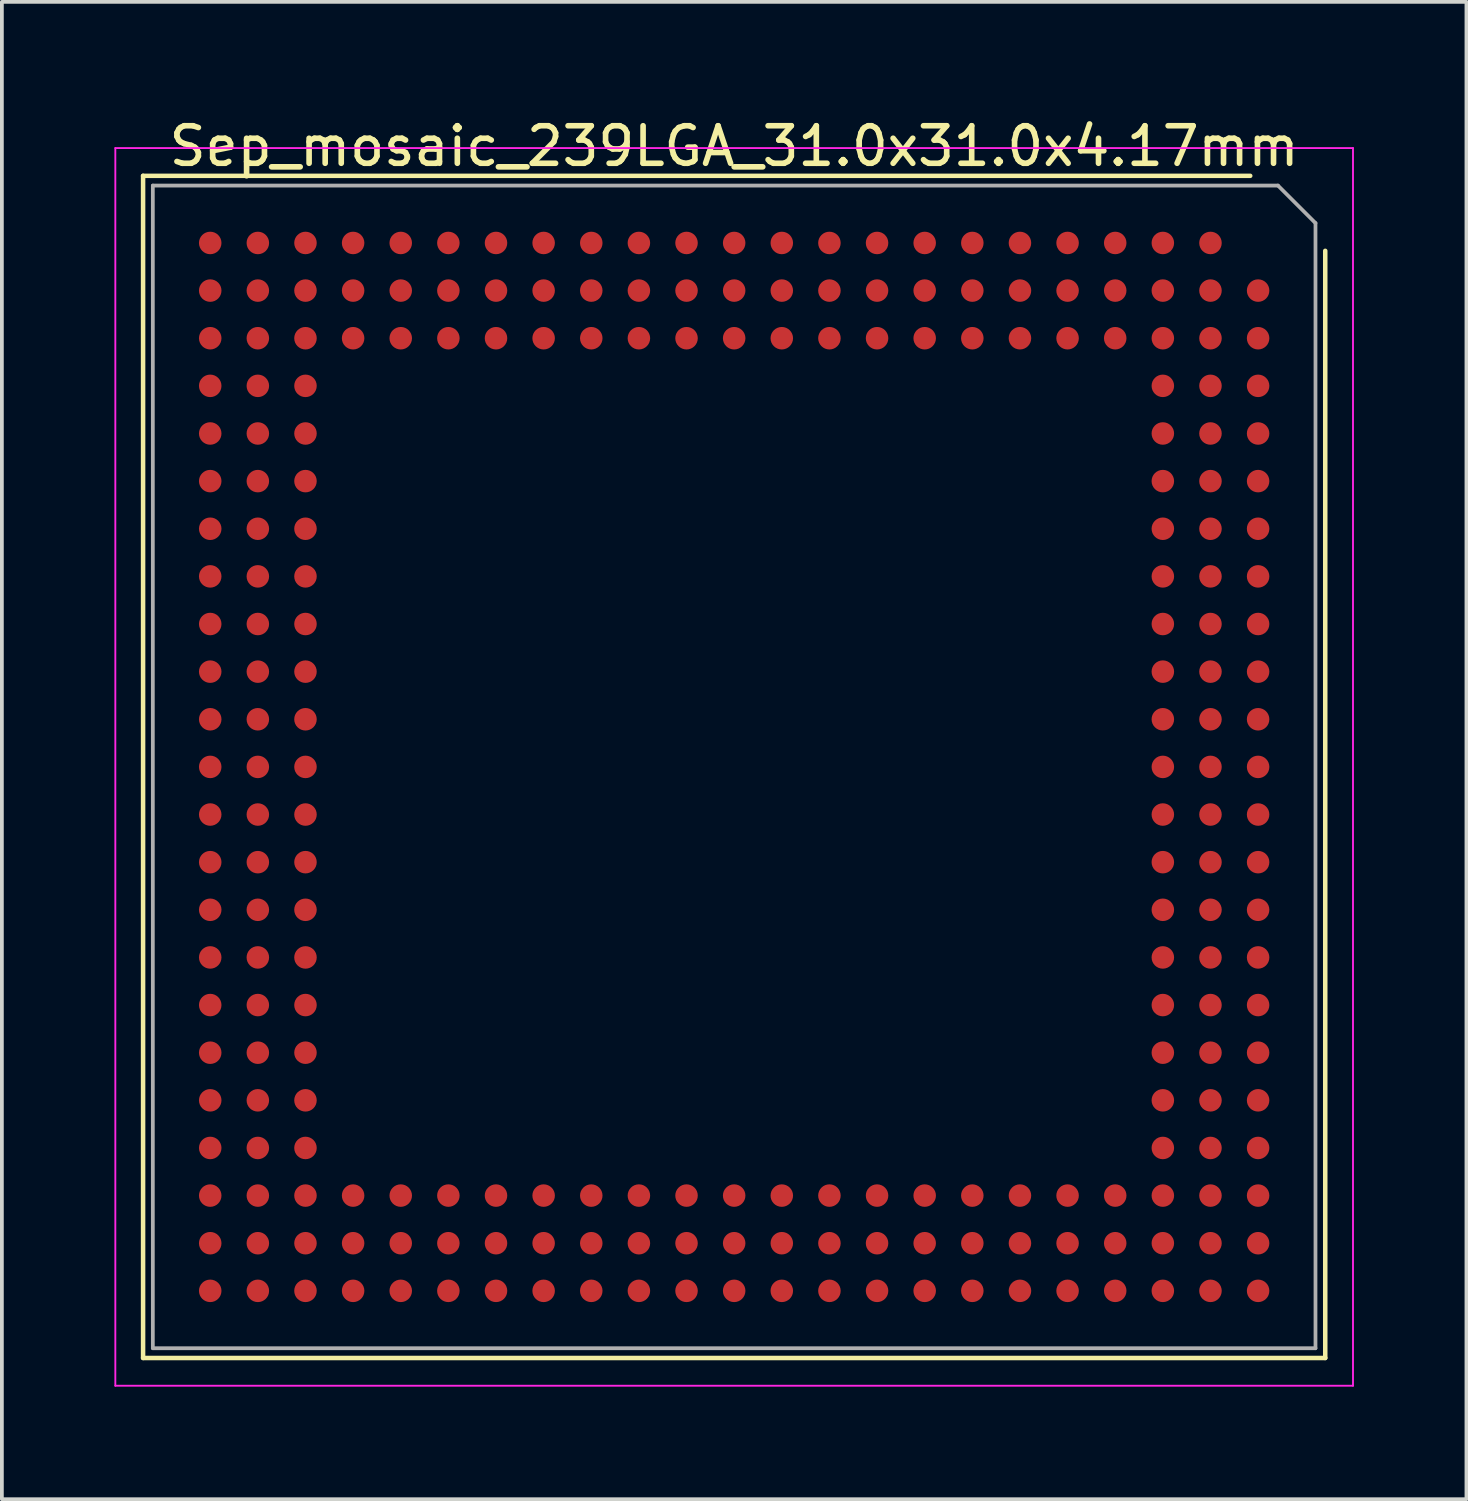
<source format=kicad_pcb>
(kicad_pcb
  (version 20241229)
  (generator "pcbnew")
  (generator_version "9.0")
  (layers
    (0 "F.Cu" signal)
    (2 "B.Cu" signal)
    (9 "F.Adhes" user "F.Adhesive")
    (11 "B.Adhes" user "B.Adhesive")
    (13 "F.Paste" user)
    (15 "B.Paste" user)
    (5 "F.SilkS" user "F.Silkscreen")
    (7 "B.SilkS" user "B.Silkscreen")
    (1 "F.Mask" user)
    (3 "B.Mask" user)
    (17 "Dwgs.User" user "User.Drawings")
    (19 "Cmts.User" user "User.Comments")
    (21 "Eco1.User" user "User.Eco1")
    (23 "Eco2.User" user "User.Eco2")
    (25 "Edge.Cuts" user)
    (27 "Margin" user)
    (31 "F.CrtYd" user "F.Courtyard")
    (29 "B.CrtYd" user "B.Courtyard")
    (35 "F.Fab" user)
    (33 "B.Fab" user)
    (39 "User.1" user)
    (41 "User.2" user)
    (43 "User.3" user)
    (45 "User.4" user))
  (footprint "Sep_mosaic_239LGA_31.0x31.0x4.17mm"
    (layer "F.Cu")
    (at 16.525 17.398)
    (property "Reference" "Sep_mosaic_239LGA_31.0x31.0x4.17mm" (at 0 -16.55 0) (layer "F.SilkS") (effects (font (size 1 1) (thickness 0.15))))
    (attr smd)
    (fp_line (start -15.76 -15.76) (end -15.76 15.76) (stroke (width 0.12) (type solid)) (layer "F.SilkS"))
    (fp_line (start -15.76 15.76) (end 15.76 15.76) (stroke (width 0.12) (type solid)) (layer "F.SilkS"))
    (fp_line (start 13.76 -15.76) (end -15.76 -15.76) (stroke (width 0.12) (type solid)) (layer "F.SilkS"))
    (fp_line (start 15.76 15.76) (end 15.76 -13.76) (stroke (width 0.12) (type solid)) (layer "F.SilkS"))
    (fp_line (start -16.5 -16.5) (end -16.5 16.5) (stroke (width 0.05) (type solid)) (layer "F.CrtYd"))
    (fp_line (start -16.5 -16.5) (end 16.5 -16.5) (stroke (width 0.05) (type solid)) (layer "F.CrtYd"))
    (fp_line (start 16.5 16.5) (end -16.5 16.5) (stroke (width 0.05) (type solid)) (layer "F.CrtYd"))
    (fp_line (start 16.5 16.5) (end 16.5 -16.5) (stroke (width 0.05) (type solid)) (layer "F.CrtYd"))
    (fp_line (start -15.5 -15.5) (end -15.5 15.5) (stroke (width 0.1) (type solid)) (layer "F.Fab"))
    (fp_line (start 14.5 -15.5) (end -15.5 -15.5) (stroke (width 0.1) (type solid)) (layer "F.Fab"))
    (fp_line (start 14.5 -15.5) (end 15.5 -14.5) (stroke (width 0.1) (type solid)) (layer "F.Fab"))
    (fp_line (start 15.5 -14.5) (end 15.5 15.5) (stroke (width 0.1) (type solid)) (layer "F.Fab"))
    (fp_line (start 15.5 15.5) (end -15.5 15.5) (stroke (width 0.1) (type solid)) (layer "F.Fab"))
    (pad "A2" smd circle (at 13.97 -12.7) (size 0.6 0.6) (layers "F.Cu" "F.Mask" "F.Paste"))
    (pad "A3" smd circle (at 13.97 -11.43) (size 0.6 0.6) (layers "F.Cu" "F.Mask" "F.Paste"))
    (pad "A4" smd circle (at 13.97 -10.16) (size 0.6 0.6) (layers "F.Cu" "F.Mask" "F.Paste"))
    (pad "A5" smd circle (at 13.97 -8.89) (size 0.6 0.6) (layers "F.Cu" "F.Mask" "F.Paste"))
    (pad "A6" smd circle (at 13.97 -7.62) (size 0.6 0.6) (layers "F.Cu" "F.Mask" "F.Paste"))
    (pad "A7" smd circle (at 13.97 -6.35) (size 0.6 0.6) (layers "F.Cu" "F.Mask" "F.Paste"))
    (pad "A8" smd circle (at 13.97 -5.08) (size 0.6 0.6) (layers "F.Cu" "F.Mask" "F.Paste"))
    (pad "A9" smd circle (at 13.97 -3.81) (size 0.6 0.6) (layers "F.Cu" "F.Mask" "F.Paste"))
    (pad "A10" smd circle (at 13.97 -2.54) (size 0.6 0.6) (layers "F.Cu" "F.Mask" "F.Paste"))
    (pad "A11" smd circle (at 13.97 -1.27) (size 0.6 0.6) (layers "F.Cu" "F.Mask" "F.Paste"))
    (pad "A12" smd circle (at 13.97 0) (size 0.6 0.6) (layers "F.Cu" "F.Mask" "F.Paste"))
    (pad "A13" smd circle (at 13.97 1.27) (size 0.6 0.6) (layers "F.Cu" "F.Mask" "F.Paste"))
    (pad "A14" smd circle (at 13.97 2.54) (size 0.6 0.6) (layers "F.Cu" "F.Mask" "F.Paste"))
    (pad "A15" smd circle (at 13.97 3.81) (size 0.6 0.6) (layers "F.Cu" "F.Mask" "F.Paste"))
    (pad "A16" smd circle (at 13.97 5.08) (size 0.6 0.6) (layers "F.Cu" "F.Mask" "F.Paste"))
    (pad "A17" smd circle (at 13.97 6.35) (size 0.6 0.6) (layers "F.Cu" "F.Mask" "F.Paste"))
    (pad "A18" smd circle (at 13.97 7.62) (size 0.6 0.6) (layers "F.Cu" "F.Mask" "F.Paste"))
    (pad "A19" smd circle (at 13.97 8.89) (size 0.6 0.6) (layers "F.Cu" "F.Mask" "F.Paste"))
    (pad "A20" smd circle (at 13.97 10.16) (size 0.6 0.6) (layers "F.Cu" "F.Mask" "F.Paste"))
    (pad "A21" smd circle (at 13.97 11.43) (size 0.6 0.6) (layers "F.Cu" "F.Mask" "F.Paste"))
    (pad "A22" smd circle (at 13.97 12.7) (size 0.6 0.6) (layers "F.Cu" "F.Mask" "F.Paste"))
    (pad "A23" smd circle (at 13.97 13.97) (size 0.6 0.6) (layers "F.Cu" "F.Mask" "F.Paste"))
    (pad "AA1" smd circle (at -11.43 -13.97) (size 0.6 0.6) (layers "F.Cu" "F.Mask" "F.Paste"))
    (pad "AA2" smd circle (at -11.43 -12.7) (size 0.6 0.6) (layers "F.Cu" "F.Mask" "F.Paste"))
    (pad "AA3" smd circle (at -11.43 -11.43) (size 0.6 0.6) (layers "F.Cu" "F.Mask" "F.Paste"))
    (pad "AA4" smd circle (at -11.43 -10.16) (size 0.6 0.6) (layers "F.Cu" "F.Mask" "F.Paste"))
    (pad "AA5" smd circle (at -11.43 -8.89) (size 0.6 0.6) (layers "F.Cu" "F.Mask" "F.Paste"))
    (pad "AA6" smd circle (at -11.43 -7.62) (size 0.6 0.6) (layers "F.Cu" "F.Mask" "F.Paste"))
    (pad "AA7" smd circle (at -11.43 -6.35) (size 0.6 0.6) (layers "F.Cu" "F.Mask" "F.Paste"))
    (pad "AA8" smd circle (at -11.43 -5.08) (size 0.6 0.6) (layers "F.Cu" "F.Mask" "F.Paste"))
    (pad "AA9" smd circle (at -11.43 -3.81) (size 0.6 0.6) (layers "F.Cu" "F.Mask" "F.Paste"))
    (pad "AA10" smd circle (at -11.43 -2.54) (size 0.6 0.6) (layers "F.Cu" "F.Mask" "F.Paste"))
    (pad "AA11" smd circle (at -11.43 -1.27) (size 0.6 0.6) (layers "F.Cu" "F.Mask" "F.Paste"))
    (pad "AA12" smd circle (at -11.43 0) (size 0.6 0.6) (layers "F.Cu" "F.Mask" "F.Paste"))
    (pad "AA13" smd circle (at -11.43 1.27) (size 0.6 0.6) (layers "F.Cu" "F.Mask" "F.Paste"))
    (pad "AA14" smd circle (at -11.43 2.54) (size 0.6 0.6) (layers "F.Cu" "F.Mask" "F.Paste"))
    (pad "AA15" smd circle (at -11.43 3.81) (size 0.6 0.6) (layers "F.Cu" "F.Mask" "F.Paste"))
    (pad "AA16" smd circle (at -11.43 5.08) (size 0.6 0.6) (layers "F.Cu" "F.Mask" "F.Paste"))
    (pad "AA17" smd circle (at -11.43 6.35) (size 0.6 0.6) (layers "F.Cu" "F.Mask" "F.Paste"))
    (pad "AA18" smd circle (at -11.43 7.62) (size 0.6 0.6) (layers "F.Cu" "F.Mask" "F.Paste"))
    (pad "AA19" smd circle (at -11.43 8.89) (size 0.6 0.6) (layers "F.Cu" "F.Mask" "F.Paste"))
    (pad "AA20" smd circle (at -11.43 10.16) (size 0.6 0.6) (layers "F.Cu" "F.Mask" "F.Paste"))
    (pad "AA21" smd circle (at -11.43 11.43) (size 0.6 0.6) (layers "F.Cu" "F.Mask" "F.Paste"))
    (pad "AA22" smd circle (at -11.43 12.7) (size 0.6 0.6) (layers "F.Cu" "F.Mask" "F.Paste"))
    (pad "AA23" smd circle (at -11.43 13.97) (size 0.6 0.6) (layers "F.Cu" "F.Mask" "F.Paste"))
    (pad "AB1" smd circle (at -12.7 -13.97) (size 0.6 0.6) (layers "F.Cu" "F.Mask" "F.Paste"))
    (pad "AB2" smd circle (at -12.7 -12.7) (size 0.6 0.6) (layers "F.Cu" "F.Mask" "F.Paste"))
    (pad "AB3" smd circle (at -12.7 -11.43) (size 0.6 0.6) (layers "F.Cu" "F.Mask" "F.Paste"))
    (pad "AB4" smd circle (at -12.7 -10.16) (size 0.6 0.6) (layers "F.Cu" "F.Mask" "F.Paste"))
    (pad "AB5" smd circle (at -12.7 -8.89) (size 0.6 0.6) (layers "F.Cu" "F.Mask" "F.Paste"))
    (pad "AB6" smd circle (at -12.7 -7.62) (size 0.6 0.6) (layers "F.Cu" "F.Mask" "F.Paste"))
    (pad "AB7" smd circle (at -12.7 -6.35) (size 0.6 0.6) (layers "F.Cu" "F.Mask" "F.Paste"))
    (pad "AB8" smd circle (at -12.7 -5.08) (size 0.6 0.6) (layers "F.Cu" "F.Mask" "F.Paste"))
    (pad "AB9" smd circle (at -12.7 -3.81) (size 0.6 0.6) (layers "F.Cu" "F.Mask" "F.Paste"))
    (pad "AB10" smd circle (at -12.7 -2.54) (size 0.6 0.6) (layers "F.Cu" "F.Mask" "F.Paste"))
    (pad "AB11" smd circle (at -12.7 -1.27) (size 0.6 0.6) (layers "F.Cu" "F.Mask" "F.Paste"))
    (pad "AB12" smd circle (at -12.7 0) (size 0.6 0.6) (layers "F.Cu" "F.Mask" "F.Paste"))
    (pad "AB13" smd circle (at -12.7 1.27) (size 0.6 0.6) (layers "F.Cu" "F.Mask" "F.Paste"))
    (pad "AB14" smd circle (at -12.7 2.54) (size 0.6 0.6) (layers "F.Cu" "F.Mask" "F.Paste"))
    (pad "AB15" smd circle (at -12.7 3.81) (size 0.6 0.6) (layers "F.Cu" "F.Mask" "F.Paste"))
    (pad "AB16" smd circle (at -12.7 5.08) (size 0.6 0.6) (layers "F.Cu" "F.Mask" "F.Paste"))
    (pad "AB17" smd circle (at -12.7 6.35) (size 0.6 0.6) (layers "F.Cu" "F.Mask" "F.Paste"))
    (pad "AB18" smd circle (at -12.7 7.62) (size 0.6 0.6) (layers "F.Cu" "F.Mask" "F.Paste"))
    (pad "AB19" smd circle (at -12.7 8.89) (size 0.6 0.6) (layers "F.Cu" "F.Mask" "F.Paste"))
    (pad "AB20" smd circle (at -12.7 10.16) (size 0.6 0.6) (layers "F.Cu" "F.Mask" "F.Paste"))
    (pad "AB21" smd circle (at -12.7 11.43) (size 0.6 0.6) (layers "F.Cu" "F.Mask" "F.Paste"))
    (pad "AB22" smd circle (at -12.7 12.7) (size 0.6 0.6) (layers "F.Cu" "F.Mask" "F.Paste"))
    (pad "AB23" smd circle (at -12.7 13.97) (size 0.6 0.6) (layers "F.Cu" "F.Mask" "F.Paste"))
    (pad "AC1" smd circle (at -13.97 -13.97) (size 0.6 0.6) (layers "F.Cu" "F.Mask" "F.Paste"))
    (pad "AC2" smd circle (at -13.97 -12.7) (size 0.6 0.6) (layers "F.Cu" "F.Mask" "F.Paste"))
    (pad "AC3" smd circle (at -13.97 -11.43) (size 0.6 0.6) (layers "F.Cu" "F.Mask" "F.Paste"))
    (pad "AC4" smd circle (at -13.97 -10.16) (size 0.6 0.6) (layers "F.Cu" "F.Mask" "F.Paste"))
    (pad "AC5" smd circle (at -13.97 -8.89) (size 0.6 0.6) (layers "F.Cu" "F.Mask" "F.Paste"))
    (pad "AC6" smd circle (at -13.97 -7.62) (size 0.6 0.6) (layers "F.Cu" "F.Mask" "F.Paste"))
    (pad "AC7" smd circle (at -13.97 -6.35) (size 0.6 0.6) (layers "F.Cu" "F.Mask" "F.Paste"))
    (pad "AC8" smd circle (at -13.97 -5.08) (size 0.6 0.6) (layers "F.Cu" "F.Mask" "F.Paste"))
    (pad "AC9" smd circle (at -13.97 -3.81) (size 0.6 0.6) (layers "F.Cu" "F.Mask" "F.Paste"))
    (pad "AC10" smd circle (at -13.97 -2.54) (size 0.6 0.6) (layers "F.Cu" "F.Mask" "F.Paste"))
    (pad "AC11" smd circle (at -13.97 -1.27) (size 0.6 0.6) (layers "F.Cu" "F.Mask" "F.Paste"))
    (pad "AC12" smd circle (at -13.97 0) (size 0.6 0.6) (layers "F.Cu" "F.Mask" "F.Paste"))
    (pad "AC13" smd circle (at -13.97 1.27) (size 0.6 0.6) (layers "F.Cu" "F.Mask" "F.Paste"))
    (pad "AC14" smd circle (at -13.97 2.54) (size 0.6 0.6) (layers "F.Cu" "F.Mask" "F.Paste"))
    (pad "AC15" smd circle (at -13.97 3.81) (size 0.6 0.6) (layers "F.Cu" "F.Mask" "F.Paste"))
    (pad "AC16" smd circle (at -13.97 5.08) (size 0.6 0.6) (layers "F.Cu" "F.Mask" "F.Paste"))
    (pad "AC17" smd circle (at -13.97 6.35) (size 0.6 0.6) (layers "F.Cu" "F.Mask" "F.Paste"))
    (pad "AC18" smd circle (at -13.97 7.62) (size 0.6 0.6) (layers "F.Cu" "F.Mask" "F.Paste"))
    (pad "AC19" smd circle (at -13.97 8.89) (size 0.6 0.6) (layers "F.Cu" "F.Mask" "F.Paste"))
    (pad "AC20" smd circle (at -13.97 10.16) (size 0.6 0.6) (layers "F.Cu" "F.Mask" "F.Paste"))
    (pad "AC21" smd circle (at -13.97 11.43) (size 0.6 0.6) (layers "F.Cu" "F.Mask" "F.Paste"))
    (pad "AC22" smd circle (at -13.97 12.7) (size 0.6 0.6) (layers "F.Cu" "F.Mask" "F.Paste"))
    (pad "AC23" smd circle (at -13.97 13.97) (size 0.6 0.6) (layers "F.Cu" "F.Mask" "F.Paste"))
    (pad "B1" smd circle (at 12.7 -13.97) (size 0.6 0.6) (layers "F.Cu" "F.Mask" "F.Paste"))
    (pad "B2" smd circle (at 12.7 -12.7) (size 0.6 0.6) (layers "F.Cu" "F.Mask" "F.Paste"))
    (pad "B3" smd circle (at 12.7 -11.43) (size 0.6 0.6) (layers "F.Cu" "F.Mask" "F.Paste"))
    (pad "B4" smd circle (at 12.7 -10.16) (size 0.6 0.6) (layers "F.Cu" "F.Mask" "F.Paste"))
    (pad "B5" smd circle (at 12.7 -8.89) (size 0.6 0.6) (layers "F.Cu" "F.Mask" "F.Paste"))
    (pad "B6" smd circle (at 12.7 -7.62) (size 0.6 0.6) (layers "F.Cu" "F.Mask" "F.Paste"))
    (pad "B7" smd circle (at 12.7 -6.35) (size 0.6 0.6) (layers "F.Cu" "F.Mask" "F.Paste"))
    (pad "B8" smd circle (at 12.7 -5.08) (size 0.6 0.6) (layers "F.Cu" "F.Mask" "F.Paste"))
    (pad "B9" smd circle (at 12.7 -3.81) (size 0.6 0.6) (layers "F.Cu" "F.Mask" "F.Paste"))
    (pad "B10" smd circle (at 12.7 -2.54) (size 0.6 0.6) (layers "F.Cu" "F.Mask" "F.Paste"))
    (pad "B11" smd circle (at 12.7 -1.27) (size 0.6 0.6) (layers "F.Cu" "F.Mask" "F.Paste"))
    (pad "B12" smd circle (at 12.7 0) (size 0.6 0.6) (layers "F.Cu" "F.Mask" "F.Paste"))
    (pad "B13" smd circle (at 12.7 1.27) (size 0.6 0.6) (layers "F.Cu" "F.Mask" "F.Paste"))
    (pad "B14" smd circle (at 12.7 2.54) (size 0.6 0.6) (layers "F.Cu" "F.Mask" "F.Paste"))
    (pad "B15" smd circle (at 12.7 3.81) (size 0.6 0.6) (layers "F.Cu" "F.Mask" "F.Paste"))
    (pad "B16" smd circle (at 12.7 5.08) (size 0.6 0.6) (layers "F.Cu" "F.Mask" "F.Paste"))
    (pad "B17" smd circle (at 12.7 6.35) (size 0.6 0.6) (layers "F.Cu" "F.Mask" "F.Paste"))
    (pad "B18" smd circle (at 12.7 7.62) (size 0.6 0.6) (layers "F.Cu" "F.Mask" "F.Paste"))
    (pad "B19" smd circle (at 12.7 8.89) (size 0.6 0.6) (layers "F.Cu" "F.Mask" "F.Paste"))
    (pad "B20" smd circle (at 12.7 10.16) (size 0.6 0.6) (layers "F.Cu" "F.Mask" "F.Paste"))
    (pad "B21" smd circle (at 12.7 11.43) (size 0.6 0.6) (layers "F.Cu" "F.Mask" "F.Paste"))
    (pad "B22" smd circle (at 12.7 12.7) (size 0.6 0.6) (layers "F.Cu" "F.Mask" "F.Paste"))
    (pad "B23" smd circle (at 12.7 13.97) (size 0.6 0.6) (layers "F.Cu" "F.Mask" "F.Paste"))
    (pad "C1" smd circle (at 11.43 -13.97) (size 0.6 0.6) (layers "F.Cu" "F.Mask" "F.Paste"))
    (pad "C2" smd circle (at 11.43 -12.7) (size 0.6 0.6) (layers "F.Cu" "F.Mask" "F.Paste"))
    (pad "C3" smd circle (at 11.43 -11.43) (size 0.6 0.6) (layers "F.Cu" "F.Mask" "F.Paste"))
    (pad "C4" smd circle (at 11.43 -10.16) (size 0.6 0.6) (layers "F.Cu" "F.Mask" "F.Paste"))
    (pad "C5" smd circle (at 11.43 -8.89) (size 0.6 0.6) (layers "F.Cu" "F.Mask" "F.Paste"))
    (pad "C6" smd circle (at 11.43 -7.62) (size 0.6 0.6) (layers "F.Cu" "F.Mask" "F.Paste"))
    (pad "C7" smd circle (at 11.43 -6.35) (size 0.6 0.6) (layers "F.Cu" "F.Mask" "F.Paste"))
    (pad "C8" smd circle (at 11.43 -5.08) (size 0.6 0.6) (layers "F.Cu" "F.Mask" "F.Paste"))
    (pad "C9" smd circle (at 11.43 -3.81) (size 0.6 0.6) (layers "F.Cu" "F.Mask" "F.Paste"))
    (pad "C10" smd circle (at 11.43 -2.54) (size 0.6 0.6) (layers "F.Cu" "F.Mask" "F.Paste"))
    (pad "C11" smd circle (at 11.43 -1.27) (size 0.6 0.6) (layers "F.Cu" "F.Mask" "F.Paste"))
    (pad "C12" smd circle (at 11.43 0) (size 0.6 0.6) (layers "F.Cu" "F.Mask" "F.Paste"))
    (pad "C13" smd circle (at 11.43 1.27) (size 0.6 0.6) (layers "F.Cu" "F.Mask" "F.Paste"))
    (pad "C14" smd circle (at 11.43 2.54) (size 0.6 0.6) (layers "F.Cu" "F.Mask" "F.Paste"))
    (pad "C15" smd circle (at 11.43 3.81) (size 0.6 0.6) (layers "F.Cu" "F.Mask" "F.Paste"))
    (pad "C16" smd circle (at 11.43 5.08) (size 0.6 0.6) (layers "F.Cu" "F.Mask" "F.Paste"))
    (pad "C17" smd circle (at 11.43 6.35) (size 0.6 0.6) (layers "F.Cu" "F.Mask" "F.Paste"))
    (pad "C18" smd circle (at 11.43 7.62) (size 0.6 0.6) (layers "F.Cu" "F.Mask" "F.Paste"))
    (pad "C19" smd circle (at 11.43 8.89) (size 0.6 0.6) (layers "F.Cu" "F.Mask" "F.Paste"))
    (pad "C20" smd circle (at 11.43 10.16) (size 0.6 0.6) (layers "F.Cu" "F.Mask" "F.Paste"))
    (pad "C21" smd circle (at 11.43 11.43) (size 0.6 0.6) (layers "F.Cu" "F.Mask" "F.Paste"))
    (pad "C22" smd circle (at 11.43 12.7) (size 0.6 0.6) (layers "F.Cu" "F.Mask" "F.Paste"))
    (pad "C23" smd circle (at 11.43 13.97) (size 0.6 0.6) (layers "F.Cu" "F.Mask" "F.Paste"))
    (pad "D1" smd circle (at 10.16 -13.97) (size 0.6 0.6) (layers "F.Cu" "F.Mask" "F.Paste"))
    (pad "D2" smd circle (at 10.16 -12.7) (size 0.6 0.6) (layers "F.Cu" "F.Mask" "F.Paste"))
    (pad "D3" smd circle (at 10.16 -11.43) (size 0.6 0.6) (layers "F.Cu" "F.Mask" "F.Paste"))
    (pad "D21" smd circle (at 10.16 11.43) (size 0.6 0.6) (layers "F.Cu" "F.Mask" "F.Paste"))
    (pad "D22" smd circle (at 10.16 12.7) (size 0.6 0.6) (layers "F.Cu" "F.Mask" "F.Paste"))
    (pad "D23" smd circle (at 10.16 13.97) (size 0.6 0.6) (layers "F.Cu" "F.Mask" "F.Paste"))
    (pad "E1" smd circle (at 8.89 -13.97) (size 0.6 0.6) (layers "F.Cu" "F.Mask" "F.Paste"))
    (pad "E2" smd circle (at 8.89 -12.7) (size 0.6 0.6) (layers "F.Cu" "F.Mask" "F.Paste"))
    (pad "E3" smd circle (at 8.89 -11.43) (size 0.6 0.6) (layers "F.Cu" "F.Mask" "F.Paste"))
    (pad "E21" smd circle (at 8.89 11.43) (size 0.6 0.6) (layers "F.Cu" "F.Mask" "F.Paste"))
    (pad "E22" smd circle (at 8.89 12.7) (size 0.6 0.6) (layers "F.Cu" "F.Mask" "F.Paste"))
    (pad "E23" smd circle (at 8.89 13.97) (size 0.6 0.6) (layers "F.Cu" "F.Mask" "F.Paste"))
    (pad "F1" smd circle (at 7.62 -13.97) (size 0.6 0.6) (layers "F.Cu" "F.Mask" "F.Paste"))
    (pad "F2" smd circle (at 7.62 -12.7) (size 0.6 0.6) (layers "F.Cu" "F.Mask" "F.Paste"))
    (pad "F3" smd circle (at 7.62 -11.43) (size 0.6 0.6) (layers "F.Cu" "F.Mask" "F.Paste"))
    (pad "F21" smd circle (at 7.62 11.43) (size 0.6 0.6) (layers "F.Cu" "F.Mask" "F.Paste"))
    (pad "F22" smd circle (at 7.62 12.7) (size 0.6 0.6) (layers "F.Cu" "F.Mask" "F.Paste"))
    (pad "F23" smd circle (at 7.62 13.97) (size 0.6 0.6) (layers "F.Cu" "F.Mask" "F.Paste"))
    (pad "G1" smd circle (at 6.35 -13.97) (size 0.6 0.6) (layers "F.Cu" "F.Mask" "F.Paste"))
    (pad "G2" smd circle (at 6.35 -12.7) (size 0.6 0.6) (layers "F.Cu" "F.Mask" "F.Paste"))
    (pad "G3" smd circle (at 6.35 -11.43) (size 0.6 0.6) (layers "F.Cu" "F.Mask" "F.Paste"))
    (pad "G21" smd circle (at 6.35 11.43) (size 0.6 0.6) (layers "F.Cu" "F.Mask" "F.Paste"))
    (pad "G22" smd circle (at 6.35 12.7) (size 0.6 0.6) (layers "F.Cu" "F.Mask" "F.Paste"))
    (pad "G23" smd circle (at 6.35 13.97) (size 0.6 0.6) (layers "F.Cu" "F.Mask" "F.Paste"))
    (pad "H1" smd circle (at 5.08 -13.97) (size 0.6 0.6) (layers "F.Cu" "F.Mask" "F.Paste"))
    (pad "H2" smd circle (at 5.08 -12.7) (size 0.6 0.6) (layers "F.Cu" "F.Mask" "F.Paste"))
    (pad "H3" smd circle (at 5.08 -11.43) (size 0.6 0.6) (layers "F.Cu" "F.Mask" "F.Paste"))
    (pad "H21" smd circle (at 5.08 11.43) (size 0.6 0.6) (layers "F.Cu" "F.Mask" "F.Paste"))
    (pad "H22" smd circle (at 5.08 12.7) (size 0.6 0.6) (layers "F.Cu" "F.Mask" "F.Paste"))
    (pad "H23" smd circle (at 5.08 13.97) (size 0.6 0.6) (layers "F.Cu" "F.Mask" "F.Paste"))
    (pad "J1" smd circle (at 3.81 -13.97) (size 0.6 0.6) (layers "F.Cu" "F.Mask" "F.Paste"))
    (pad "J2" smd circle (at 3.81 -12.7) (size 0.6 0.6) (layers "F.Cu" "F.Mask" "F.Paste"))
    (pad "J3" smd circle (at 3.81 -11.43) (size 0.6 0.6) (layers "F.Cu" "F.Mask" "F.Paste"))
    (pad "J21" smd circle (at 3.81 11.43) (size 0.6 0.6) (layers "F.Cu" "F.Mask" "F.Paste"))
    (pad "J22" smd circle (at 3.81 12.7) (size 0.6 0.6) (layers "F.Cu" "F.Mask" "F.Paste"))
    (pad "J23" smd circle (at 3.81 13.97) (size 0.6 0.6) (layers "F.Cu" "F.Mask" "F.Paste"))
    (pad "K1" smd circle (at 2.54 -13.97) (size 0.6 0.6) (layers "F.Cu" "F.Mask" "F.Paste"))
    (pad "K2" smd circle (at 2.54 -12.7) (size 0.6 0.6) (layers "F.Cu" "F.Mask" "F.Paste"))
    (pad "K3" smd circle (at 2.54 -11.43) (size 0.6 0.6) (layers "F.Cu" "F.Mask" "F.Paste"))
    (pad "K21" smd circle (at 2.54 11.43) (size 0.6 0.6) (layers "F.Cu" "F.Mask" "F.Paste"))
    (pad "K22" smd circle (at 2.54 12.7) (size 0.6 0.6) (layers "F.Cu" "F.Mask" "F.Paste"))
    (pad "K23" smd circle (at 2.54 13.97) (size 0.6 0.6) (layers "F.Cu" "F.Mask" "F.Paste"))
    (pad "L1" smd circle (at 1.27 -13.97) (size 0.6 0.6) (layers "F.Cu" "F.Mask" "F.Paste"))
    (pad "L2" smd circle (at 1.27 -12.7) (size 0.6 0.6) (layers "F.Cu" "F.Mask" "F.Paste"))
    (pad "L3" smd circle (at 1.27 -11.43) (size 0.6 0.6) (layers "F.Cu" "F.Mask" "F.Paste"))
    (pad "L21" smd circle (at 1.27 11.43) (size 0.6 0.6) (layers "F.Cu" "F.Mask" "F.Paste"))
    (pad "L22" smd circle (at 1.27 12.7) (size 0.6 0.6) (layers "F.Cu" "F.Mask" "F.Paste"))
    (pad "L23" smd circle (at 1.27 13.97) (size 0.6 0.6) (layers "F.Cu" "F.Mask" "F.Paste"))
    (pad "M1" smd circle (at 0 -13.97) (size 0.6 0.6) (layers "F.Cu" "F.Mask" "F.Paste"))
    (pad "M2" smd circle (at 0 -12.7) (size 0.6 0.6) (layers "F.Cu" "F.Mask" "F.Paste"))
    (pad "M3" smd circle (at 0 -11.43) (size 0.6 0.6) (layers "F.Cu" "F.Mask" "F.Paste"))
    (pad "M21" smd circle (at 0 11.43) (size 0.6 0.6) (layers "F.Cu" "F.Mask" "F.Paste"))
    (pad "M22" smd circle (at 0 12.7) (size 0.6 0.6) (layers "F.Cu" "F.Mask" "F.Paste"))
    (pad "M23" smd circle (at 0 13.97) (size 0.6 0.6) (layers "F.Cu" "F.Mask" "F.Paste"))
    (pad "N1" smd circle (at -1.27 -13.97) (size 0.6 0.6) (layers "F.Cu" "F.Mask" "F.Paste"))
    (pad "N2" smd circle (at -1.27 -12.7) (size 0.6 0.6) (layers "F.Cu" "F.Mask" "F.Paste"))
    (pad "N3" smd circle (at -1.27 -11.43) (size 0.6 0.6) (layers "F.Cu" "F.Mask" "F.Paste"))
    (pad "N21" smd circle (at -1.27 11.43) (size 0.6 0.6) (layers "F.Cu" "F.Mask" "F.Paste"))
    (pad "N22" smd circle (at -1.27 12.7) (size 0.6 0.6) (layers "F.Cu" "F.Mask" "F.Paste"))
    (pad "N23" smd circle (at -1.27 13.97) (size 0.6 0.6) (layers "F.Cu" "F.Mask" "F.Paste"))
    (pad "P1" smd circle (at -2.54 -13.97) (size 0.6 0.6) (layers "F.Cu" "F.Mask" "F.Paste"))
    (pad "P2" smd circle (at -2.54 -12.7) (size 0.6 0.6) (layers "F.Cu" "F.Mask" "F.Paste"))
    (pad "P3" smd circle (at -2.54 -11.43) (size 0.6 0.6) (layers "F.Cu" "F.Mask" "F.Paste"))
    (pad "P21" smd circle (at -2.54 11.43) (size 0.6 0.6) (layers "F.Cu" "F.Mask" "F.Paste"))
    (pad "P22" smd circle (at -2.54 12.7) (size 0.6 0.6) (layers "F.Cu" "F.Mask" "F.Paste"))
    (pad "P23" smd circle (at -2.54 13.97) (size 0.6 0.6) (layers "F.Cu" "F.Mask" "F.Paste"))
    (pad "R1" smd circle (at -3.81 -13.97) (size 0.6 0.6) (layers "F.Cu" "F.Mask" "F.Paste"))
    (pad "R2" smd circle (at -3.81 -12.7) (size 0.6 0.6) (layers "F.Cu" "F.Mask" "F.Paste"))
    (pad "R3" smd circle (at -3.81 -11.43) (size 0.6 0.6) (layers "F.Cu" "F.Mask" "F.Paste"))
    (pad "R21" smd circle (at -3.81 11.43) (size 0.6 0.6) (layers "F.Cu" "F.Mask" "F.Paste"))
    (pad "R22" smd circle (at -3.81 12.7) (size 0.6 0.6) (layers "F.Cu" "F.Mask" "F.Paste"))
    (pad "R23" smd circle (at -3.81 13.97) (size 0.6 0.6) (layers "F.Cu" "F.Mask" "F.Paste"))
    (pad "T1" smd circle (at -5.08 -13.97) (size 0.6 0.6) (layers "F.Cu" "F.Mask" "F.Paste"))
    (pad "T2" smd circle (at -5.08 -12.7) (size 0.6 0.6) (layers "F.Cu" "F.Mask" "F.Paste"))
    (pad "T3" smd circle (at -5.08 -11.43) (size 0.6 0.6) (layers "F.Cu" "F.Mask" "F.Paste"))
    (pad "T21" smd circle (at -5.08 11.43) (size 0.6 0.6) (layers "F.Cu" "F.Mask" "F.Paste"))
    (pad "T22" smd circle (at -5.08 12.7) (size 0.6 0.6) (layers "F.Cu" "F.Mask" "F.Paste"))
    (pad "T23" smd circle (at -5.08 13.97) (size 0.6 0.6) (layers "F.Cu" "F.Mask" "F.Paste"))
    (pad "U1" smd circle (at -6.35 -13.97) (size 0.6 0.6) (layers "F.Cu" "F.Mask" "F.Paste"))
    (pad "U2" smd circle (at -6.35 -12.7) (size 0.6 0.6) (layers "F.Cu" "F.Mask" "F.Paste"))
    (pad "U3" smd circle (at -6.35 -11.43) (size 0.6 0.6) (layers "F.Cu" "F.Mask" "F.Paste"))
    (pad "U21" smd circle (at -6.35 11.43) (size 0.6 0.6) (layers "F.Cu" "F.Mask" "F.Paste"))
    (pad "U22" smd circle (at -6.35 12.7) (size 0.6 0.6) (layers "F.Cu" "F.Mask" "F.Paste"))
    (pad "U23" smd circle (at -6.35 13.97) (size 0.6 0.6) (layers "F.Cu" "F.Mask" "F.Paste"))
    (pad "V1" smd circle (at -7.62 -13.97) (size 0.6 0.6) (layers "F.Cu" "F.Mask" "F.Paste"))
    (pad "V2" smd circle (at -7.62 -12.7) (size 0.6 0.6) (layers "F.Cu" "F.Mask" "F.Paste"))
    (pad "V3" smd circle (at -7.62 -11.43) (size 0.6 0.6) (layers "F.Cu" "F.Mask" "F.Paste"))
    (pad "V21" smd circle (at -7.62 11.43) (size 0.6 0.6) (layers "F.Cu" "F.Mask" "F.Paste"))
    (pad "V22" smd circle (at -7.62 12.7) (size 0.6 0.6) (layers "F.Cu" "F.Mask" "F.Paste"))
    (pad "V23" smd circle (at -7.62 13.97) (size 0.6 0.6) (layers "F.Cu" "F.Mask" "F.Paste"))
    (pad "W1" smd circle (at -8.89 -13.97) (size 0.6 0.6) (layers "F.Cu" "F.Mask" "F.Paste"))
    (pad "W2" smd circle (at -8.89 -12.7) (size 0.6 0.6) (layers "F.Cu" "F.Mask" "F.Paste"))
    (pad "W3" smd circle (at -8.89 -11.43) (size 0.6 0.6) (layers "F.Cu" "F.Mask" "F.Paste"))
    (pad "W21" smd circle (at -8.89 11.43) (size 0.6 0.6) (layers "F.Cu" "F.Mask" "F.Paste"))
    (pad "W22" smd circle (at -8.89 12.7) (size 0.6 0.6) (layers "F.Cu" "F.Mask" "F.Paste"))
    (pad "W23" smd circle (at -8.89 13.97) (size 0.6 0.6) (layers "F.Cu" "F.Mask" "F.Paste"))
    (pad "Y1" smd circle (at -10.16 -13.97) (size 0.6 0.6) (layers "F.Cu" "F.Mask" "F.Paste"))
    (pad "Y2" smd circle (at -10.16 -12.7) (size 0.6 0.6) (layers "F.Cu" "F.Mask" "F.Paste"))
    (pad "Y3" smd circle (at -10.16 -11.43) (size 0.6 0.6) (layers "F.Cu" "F.Mask" "F.Paste"))
    (pad "Y21" smd circle (at -10.16 11.43) (size 0.6 0.6) (layers "F.Cu" "F.Mask" "F.Paste"))
    (pad "Y22" smd circle (at -10.16 12.7) (size 0.6 0.6) (layers "F.Cu" "F.Mask" "F.Paste"))
    (pad "Y23" smd circle (at -10.16 13.97) (size 0.6 0.6) (layers "F.Cu" "F.Mask" "F.Paste")))
  (gr_rect
    (start -3 -3)
    (end 36.05 36.923)
    (stroke (width 0.1) (type default))
    (fill no)
    (layer "Edge.Cuts")))
</source>
